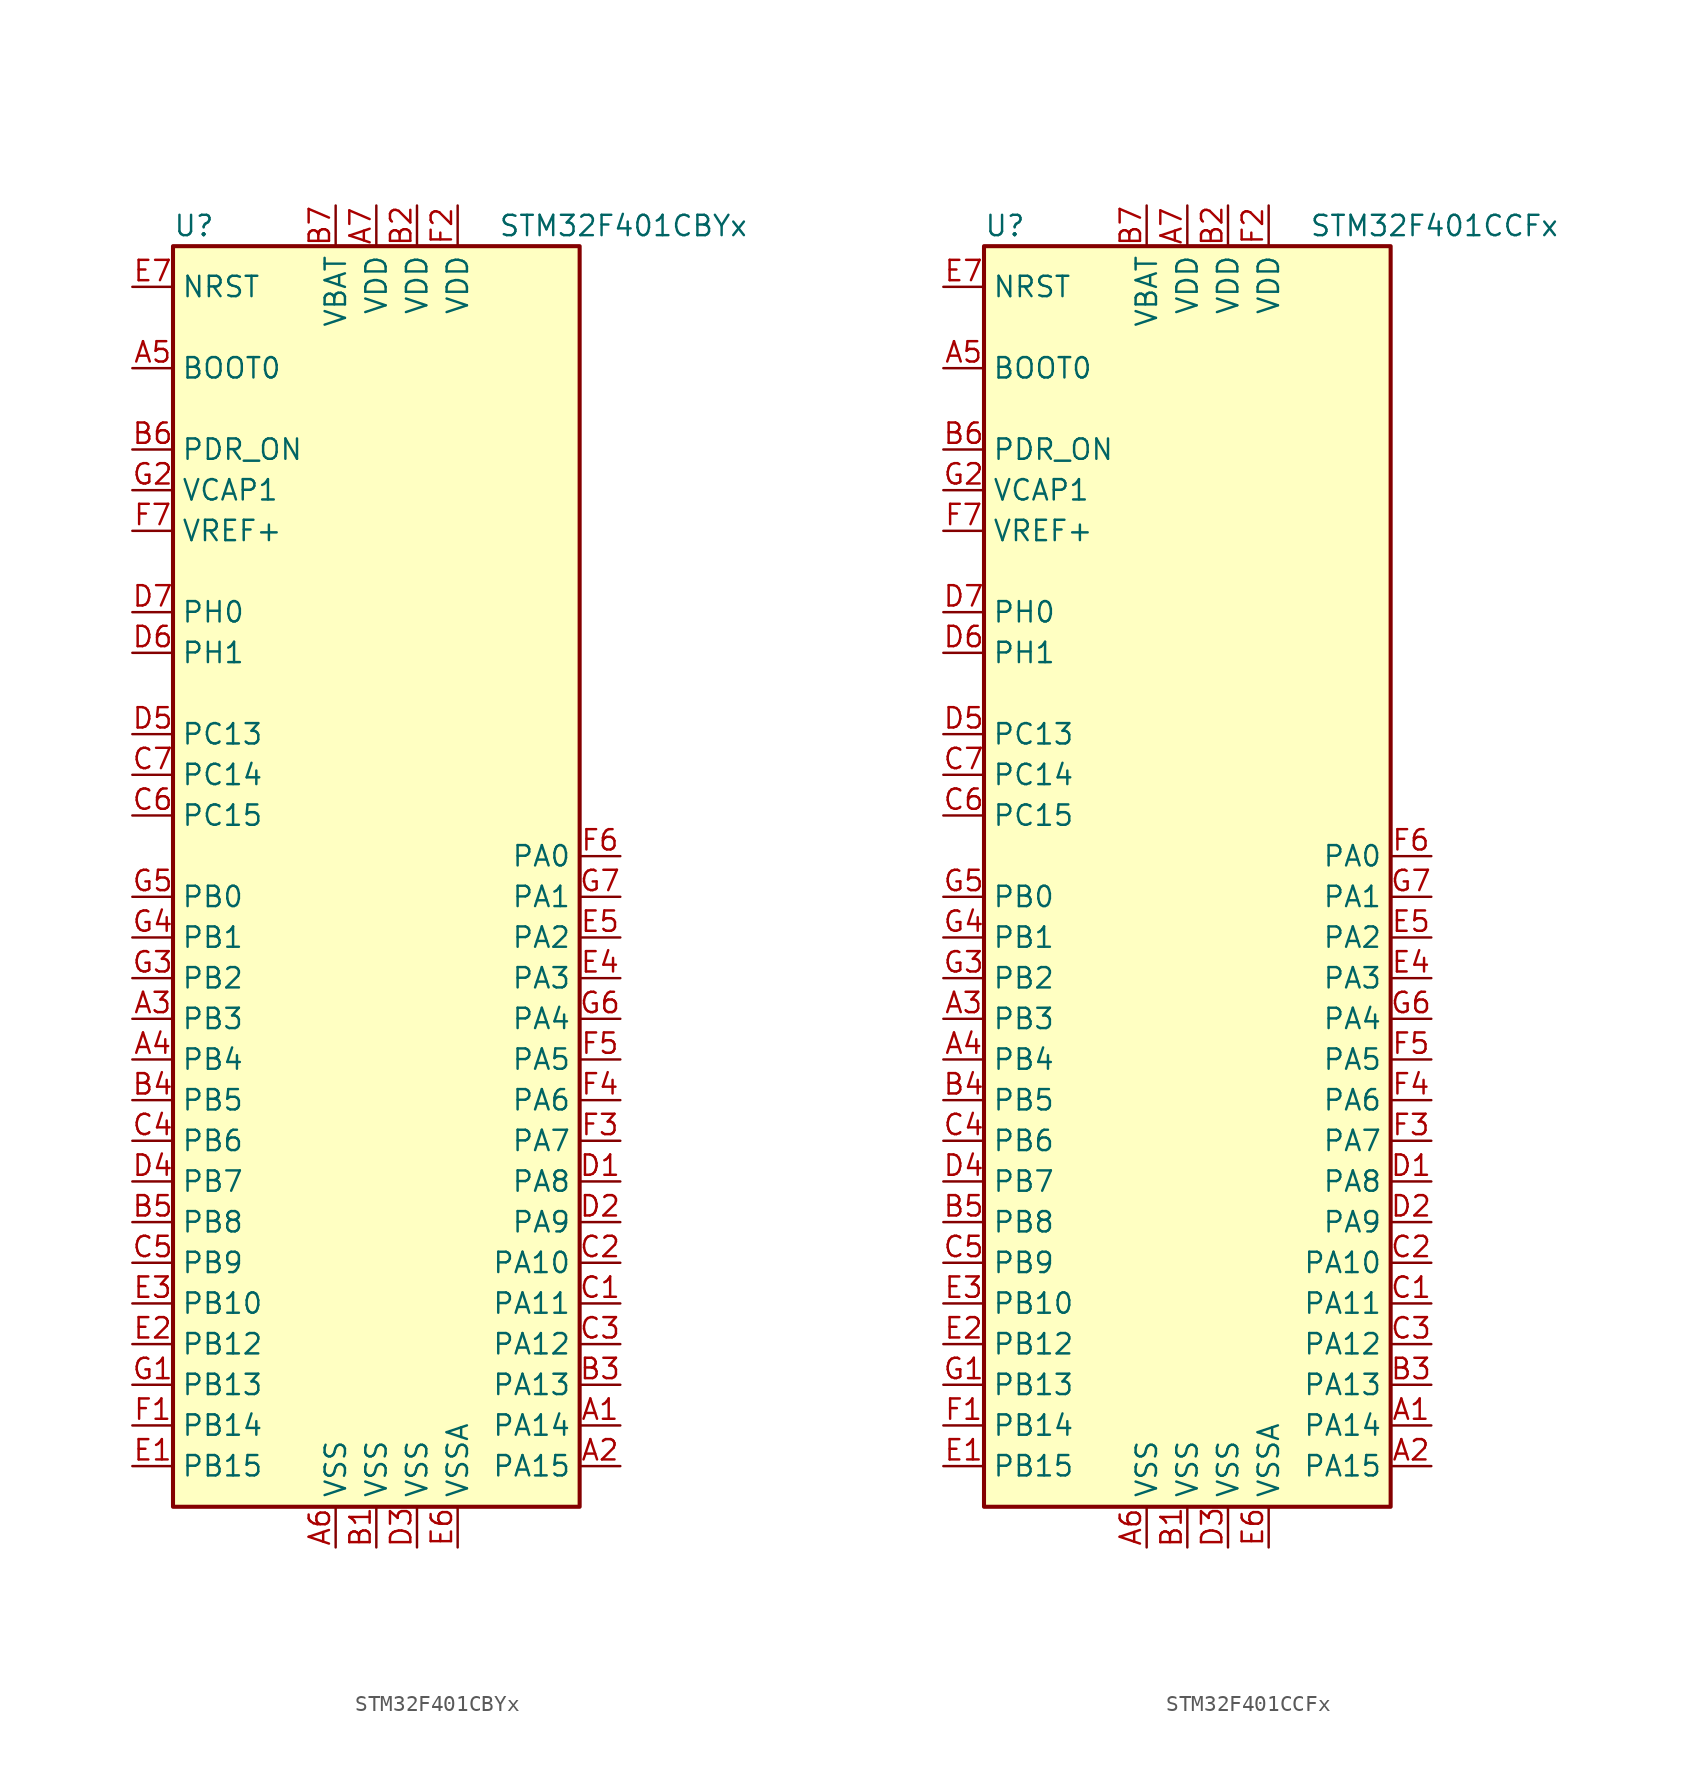
<source format=kicad_sym>
(kicad_symbol_lib
  (version 20201005)
  (generator kicad_symbol_editor)
  (symbol "STM32F401CBYx"
    (property "Reference" "U"
      (at -12.7 39.37 0)
      (effects (font (size 1.27 1.27)) (justify left)))
    (property "Value" "STM32F401CBYx"
      (at 7.62 39.37 0)
      (effects (font (size 1.27 1.27)) (justify left)))
    (symbol "STM32F401CBYx_0_1"
      (rectangle (start -12.7 -40.64) (end 12.7 38.1) (stroke (width 0.254)) (fill (type background))))
    (symbol "STM32F401CBYx_1_1"
      (pin bidirectional line (at 15.24 -35.56 180) (length 2.54) (name "PA14" (effects (font (size 1.27 1.27)))) (number "A1" (effects (font (size 1.27 1.27)))))
      (pin bidirectional line (at 15.24 -38.1 180) (length 2.54) (name "PA15" (effects (font (size 1.27 1.27)))) (number "A2" (effects (font (size 1.27 1.27)))))
      (pin bidirectional line (at -15.24 -10.16 0) (length 2.54) (name "PB3" (effects (font (size 1.27 1.27)))) (number "A3" (effects (font (size 1.27 1.27)))))
      (pin bidirectional line (at -15.24 -12.7 0) (length 2.54) (name "PB4" (effects (font (size 1.27 1.27)))) (number "A4" (effects (font (size 1.27 1.27)))))
      (pin input line (at -15.24 30.48 0) (length 2.54) (name "BOOT0" (effects (font (size 1.27 1.27)))) (number "A5" (effects (font (size 1.27 1.27)))))
      (pin power_in line (at -2.54 -43.18 90) (length 2.54) (name "VSS" (effects (font (size 1.27 1.27)))) (number "A6" (effects (font (size 1.27 1.27)))))
      (pin power_in line (at 0 40.64 270) (length 2.54) (name "VDD" (effects (font (size 1.27 1.27)))) (number "A7" (effects (font (size 1.27 1.27)))))
      (pin power_in line (at 0 -43.18 90) (length 2.54) (name "VSS" (effects (font (size 1.27 1.27)))) (number "B1" (effects (font (size 1.27 1.27)))))
      (pin power_in line (at 2.54 40.64 270) (length 2.54) (name "VDD" (effects (font (size 1.27 1.27)))) (number "B2" (effects (font (size 1.27 1.27)))))
      (pin bidirectional line (at 15.24 -33.02 180) (length 2.54) (name "PA13" (effects (font (size 1.27 1.27)))) (number "B3" (effects (font (size 1.27 1.27)))))
      (pin bidirectional line (at -15.24 -15.24 0) (length 2.54) (name "PB5" (effects (font (size 1.27 1.27)))) (number "B4" (effects (font (size 1.27 1.27)))))
      (pin bidirectional line (at -15.24 -22.86 0) (length 2.54) (name "PB8" (effects (font (size 1.27 1.27)))) (number "B5" (effects (font (size 1.27 1.27)))))
      (pin power_in line (at -15.24 25.4 0) (length 2.54) (name "PDR_ON" (effects (font (size 1.27 1.27)))) (number "B6" (effects (font (size 1.27 1.27)))))
      (pin power_in line (at -2.54 40.64 270) (length 2.54) (name "VBAT" (effects (font (size 1.27 1.27)))) (number "B7" (effects (font (size 1.27 1.27)))))
      (pin bidirectional line (at 15.24 -27.94 180) (length 2.54) (name "PA11" (effects (font (size 1.27 1.27)))) (number "C1" (effects (font (size 1.27 1.27)))))
      (pin bidirectional line (at 15.24 -25.4 180) (length 2.54) (name "PA10" (effects (font (size 1.27 1.27)))) (number "C2" (effects (font (size 1.27 1.27)))))
      (pin bidirectional line (at 15.24 -30.48 180) (length 2.54) (name "PA12" (effects (font (size 1.27 1.27)))) (number "C3" (effects (font (size 1.27 1.27)))))
      (pin bidirectional line (at -15.24 -17.78 0) (length 2.54) (name "PB6" (effects (font (size 1.27 1.27)))) (number "C4" (effects (font (size 1.27 1.27)))))
      (pin bidirectional line (at -15.24 -25.4 0) (length 2.54) (name "PB9" (effects (font (size 1.27 1.27)))) (number "C5" (effects (font (size 1.27 1.27)))))
      (pin bidirectional line (at -15.24 2.54 0) (length 2.54) (name "PC15" (effects (font (size 1.27 1.27)))) (number "C6" (effects (font (size 1.27 1.27)))))
      (pin bidirectional line (at -15.24 5.08 0) (length 2.54) (name "PC14" (effects (font (size 1.27 1.27)))) (number "C7" (effects (font (size 1.27 1.27)))))
      (pin bidirectional line (at 15.24 -20.32 180) (length 2.54) (name "PA8" (effects (font (size 1.27 1.27)))) (number "D1" (effects (font (size 1.27 1.27)))))
      (pin bidirectional line (at 15.24 -22.86 180) (length 2.54) (name "PA9" (effects (font (size 1.27 1.27)))) (number "D2" (effects (font (size 1.27 1.27)))))
      (pin power_in line (at 2.54 -43.18 90) (length 2.54) (name "VSS" (effects (font (size 1.27 1.27)))) (number "D3" (effects (font (size 1.27 1.27)))))
      (pin bidirectional line (at -15.24 -20.32 0) (length 2.54) (name "PB7" (effects (font (size 1.27 1.27)))) (number "D4" (effects (font (size 1.27 1.27)))))
      (pin bidirectional line (at -15.24 7.62 0) (length 2.54) (name "PC13" (effects (font (size 1.27 1.27)))) (number "D5" (effects (font (size 1.27 1.27)))))
      (pin input line (at -15.24 12.7 0) (length 2.54) (name "PH1" (effects (font (size 1.27 1.27)))) (number "D6" (effects (font (size 1.27 1.27)))))
      (pin input line (at -15.24 15.24 0) (length 2.54) (name "PH0" (effects (font (size 1.27 1.27)))) (number "D7" (effects (font (size 1.27 1.27)))))
      (pin bidirectional line (at -15.24 -38.1 0) (length 2.54) (name "PB15" (effects (font (size 1.27 1.27)))) (number "E1" (effects (font (size 1.27 1.27)))))
      (pin bidirectional line (at -15.24 -30.48 0) (length 2.54) (name "PB12" (effects (font (size 1.27 1.27)))) (number "E2" (effects (font (size 1.27 1.27)))))
      (pin bidirectional line (at -15.24 -27.94 0) (length 2.54) (name "PB10" (effects (font (size 1.27 1.27)))) (number "E3" (effects (font (size 1.27 1.27)))))
      (pin bidirectional line (at 15.24 -7.62 180) (length 2.54) (name "PA3" (effects (font (size 1.27 1.27)))) (number "E4" (effects (font (size 1.27 1.27)))))
      (pin bidirectional line (at 15.24 -5.08 180) (length 2.54) (name "PA2" (effects (font (size 1.27 1.27)))) (number "E5" (effects (font (size 1.27 1.27)))))
      (pin power_in line (at 5.08 -43.18 90) (length 2.54) (name "VSSA" (effects (font (size 1.27 1.27)))) (number "E6" (effects (font (size 1.27 1.27)))))
      (pin input line (at -15.24 35.56 0) (length 2.54) (name "NRST" (effects (font (size 1.27 1.27)))) (number "E7" (effects (font (size 1.27 1.27)))))
      (pin bidirectional line (at -15.24 -35.56 0) (length 2.54) (name "PB14" (effects (font (size 1.27 1.27)))) (number "F1" (effects (font (size 1.27 1.27)))))
      (pin power_in line (at 5.08 40.64 270) (length 2.54) (name "VDD" (effects (font (size 1.27 1.27)))) (number "F2" (effects (font (size 1.27 1.27)))))
      (pin bidirectional line (at 15.24 -17.78 180) (length 2.54) (name "PA7" (effects (font (size 1.27 1.27)))) (number "F3" (effects (font (size 1.27 1.27)))))
      (pin bidirectional line (at 15.24 -15.24 180) (length 2.54) (name "PA6" (effects (font (size 1.27 1.27)))) (number "F4" (effects (font (size 1.27 1.27)))))
      (pin bidirectional line (at 15.24 -12.7 180) (length 2.54) (name "PA5" (effects (font (size 1.27 1.27)))) (number "F5" (effects (font (size 1.27 1.27)))))
      (pin bidirectional line (at 15.24 0 180) (length 2.54) (name "PA0" (effects (font (size 1.27 1.27)))) (number "F6" (effects (font (size 1.27 1.27)))))
      (pin power_in line (at -15.24 20.32 0) (length 2.54) (name "VREF+" (effects (font (size 1.27 1.27)))) (number "F7" (effects (font (size 1.27 1.27)))))
      (pin bidirectional line (at -15.24 -33.02 0) (length 2.54) (name "PB13" (effects (font (size 1.27 1.27)))) (number "G1" (effects (font (size 1.27 1.27)))))
      (pin power_in line (at -15.24 22.86 0) (length 2.54) (name "VCAP1" (effects (font (size 1.27 1.27)))) (number "G2" (effects (font (size 1.27 1.27)))))
      (pin bidirectional line (at -15.24 -7.62 0) (length 2.54) (name "PB2" (effects (font (size 1.27 1.27)))) (number "G3" (effects (font (size 1.27 1.27)))))
      (pin bidirectional line (at -15.24 -5.08 0) (length 2.54) (name "PB1" (effects (font (size 1.27 1.27)))) (number "G4" (effects (font (size 1.27 1.27)))))
      (pin bidirectional line (at -15.24 -2.54 0) (length 2.54) (name "PB0" (effects (font (size 1.27 1.27)))) (number "G5" (effects (font (size 1.27 1.27)))))
      (pin bidirectional line (at 15.24 -10.16 180) (length 2.54) (name "PA4" (effects (font (size 1.27 1.27)))) (number "G6" (effects (font (size 1.27 1.27)))))
      (pin bidirectional line (at 15.24 -2.54 180) (length 2.54) (name "PA1" (effects (font (size 1.27 1.27)))) (number "G7" (effects (font (size 1.27 1.27)))))))
  (symbol "STM32F401CCFx"
    (property "Reference" "U"
      (at -12.7 39.37 0)
      (effects (font (size 1.27 1.27)) (justify left)))
    (property "Value" "STM32F401CCFx"
      (at 7.62 39.37 0)
      (effects (font (size 1.27 1.27)) (justify left)))
    (symbol "STM32F401CCFx_0_1"
      (rectangle (start -12.7 -40.64) (end 12.7 38.1) (stroke (width 0.254)) (fill (type background))))
    (symbol "STM32F401CCFx_1_1"
      (pin bidirectional line (at 15.24 -35.56 180) (length 2.54) (name "PA14" (effects (font (size 1.27 1.27)))) (number "A1" (effects (font (size 1.27 1.27)))))
      (pin bidirectional line (at 15.24 -38.1 180) (length 2.54) (name "PA15" (effects (font (size 1.27 1.27)))) (number "A2" (effects (font (size 1.27 1.27)))))
      (pin bidirectional line (at -15.24 -10.16 0) (length 2.54) (name "PB3" (effects (font (size 1.27 1.27)))) (number "A3" (effects (font (size 1.27 1.27)))))
      (pin bidirectional line (at -15.24 -12.7 0) (length 2.54) (name "PB4" (effects (font (size 1.27 1.27)))) (number "A4" (effects (font (size 1.27 1.27)))))
      (pin input line (at -15.24 30.48 0) (length 2.54) (name "BOOT0" (effects (font (size 1.27 1.27)))) (number "A5" (effects (font (size 1.27 1.27)))))
      (pin power_in line (at -2.54 -43.18 90) (length 2.54) (name "VSS" (effects (font (size 1.27 1.27)))) (number "A6" (effects (font (size 1.27 1.27)))))
      (pin power_in line (at 0 40.64 270) (length 2.54) (name "VDD" (effects (font (size 1.27 1.27)))) (number "A7" (effects (font (size 1.27 1.27)))))
      (pin power_in line (at 0 -43.18 90) (length 2.54) (name "VSS" (effects (font (size 1.27 1.27)))) (number "B1" (effects (font (size 1.27 1.27)))))
      (pin power_in line (at 2.54 40.64 270) (length 2.54) (name "VDD" (effects (font (size 1.27 1.27)))) (number "B2" (effects (font (size 1.27 1.27)))))
      (pin bidirectional line (at 15.24 -33.02 180) (length 2.54) (name "PA13" (effects (font (size 1.27 1.27)))) (number "B3" (effects (font (size 1.27 1.27)))))
      (pin bidirectional line (at -15.24 -15.24 0) (length 2.54) (name "PB5" (effects (font (size 1.27 1.27)))) (number "B4" (effects (font (size 1.27 1.27)))))
      (pin bidirectional line (at -15.24 -22.86 0) (length 2.54) (name "PB8" (effects (font (size 1.27 1.27)))) (number "B5" (effects (font (size 1.27 1.27)))))
      (pin power_in line (at -15.24 25.4 0) (length 2.54) (name "PDR_ON" (effects (font (size 1.27 1.27)))) (number "B6" (effects (font (size 1.27 1.27)))))
      (pin power_in line (at -2.54 40.64 270) (length 2.54) (name "VBAT" (effects (font (size 1.27 1.27)))) (number "B7" (effects (font (size 1.27 1.27)))))
      (pin bidirectional line (at 15.24 -27.94 180) (length 2.54) (name "PA11" (effects (font (size 1.27 1.27)))) (number "C1" (effects (font (size 1.27 1.27)))))
      (pin bidirectional line (at 15.24 -25.4 180) (length 2.54) (name "PA10" (effects (font (size 1.27 1.27)))) (number "C2" (effects (font (size 1.27 1.27)))))
      (pin bidirectional line (at 15.24 -30.48 180) (length 2.54) (name "PA12" (effects (font (size 1.27 1.27)))) (number "C3" (effects (font (size 1.27 1.27)))))
      (pin bidirectional line (at -15.24 -17.78 0) (length 2.54) (name "PB6" (effects (font (size 1.27 1.27)))) (number "C4" (effects (font (size 1.27 1.27)))))
      (pin bidirectional line (at -15.24 -25.4 0) (length 2.54) (name "PB9" (effects (font (size 1.27 1.27)))) (number "C5" (effects (font (size 1.27 1.27)))))
      (pin bidirectional line (at -15.24 2.54 0) (length 2.54) (name "PC15" (effects (font (size 1.27 1.27)))) (number "C6" (effects (font (size 1.27 1.27)))))
      (pin bidirectional line (at -15.24 5.08 0) (length 2.54) (name "PC14" (effects (font (size 1.27 1.27)))) (number "C7" (effects (font (size 1.27 1.27)))))
      (pin bidirectional line (at 15.24 -20.32 180) (length 2.54) (name "PA8" (effects (font (size 1.27 1.27)))) (number "D1" (effects (font (size 1.27 1.27)))))
      (pin bidirectional line (at 15.24 -22.86 180) (length 2.54) (name "PA9" (effects (font (size 1.27 1.27)))) (number "D2" (effects (font (size 1.27 1.27)))))
      (pin power_in line (at 2.54 -43.18 90) (length 2.54) (name "VSS" (effects (font (size 1.27 1.27)))) (number "D3" (effects (font (size 1.27 1.27)))))
      (pin bidirectional line (at -15.24 -20.32 0) (length 2.54) (name "PB7" (effects (font (size 1.27 1.27)))) (number "D4" (effects (font (size 1.27 1.27)))))
      (pin bidirectional line (at -15.24 7.62 0) (length 2.54) (name "PC13" (effects (font (size 1.27 1.27)))) (number "D5" (effects (font (size 1.27 1.27)))))
      (pin input line (at -15.24 12.7 0) (length 2.54) (name "PH1" (effects (font (size 1.27 1.27)))) (number "D6" (effects (font (size 1.27 1.27)))))
      (pin input line (at -15.24 15.24 0) (length 2.54) (name "PH0" (effects (font (size 1.27 1.27)))) (number "D7" (effects (font (size 1.27 1.27)))))
      (pin bidirectional line (at -15.24 -38.1 0) (length 2.54) (name "PB15" (effects (font (size 1.27 1.27)))) (number "E1" (effects (font (size 1.27 1.27)))))
      (pin bidirectional line (at -15.24 -30.48 0) (length 2.54) (name "PB12" (effects (font (size 1.27 1.27)))) (number "E2" (effects (font (size 1.27 1.27)))))
      (pin bidirectional line (at -15.24 -27.94 0) (length 2.54) (name "PB10" (effects (font (size 1.27 1.27)))) (number "E3" (effects (font (size 1.27 1.27)))))
      (pin bidirectional line (at 15.24 -7.62 180) (length 2.54) (name "PA3" (effects (font (size 1.27 1.27)))) (number "E4" (effects (font (size 1.27 1.27)))))
      (pin bidirectional line (at 15.24 -5.08 180) (length 2.54) (name "PA2" (effects (font (size 1.27 1.27)))) (number "E5" (effects (font (size 1.27 1.27)))))
      (pin power_in line (at 5.08 -43.18 90) (length 2.54) (name "VSSA" (effects (font (size 1.27 1.27)))) (number "E6" (effects (font (size 1.27 1.27)))))
      (pin input line (at -15.24 35.56 0) (length 2.54) (name "NRST" (effects (font (size 1.27 1.27)))) (number "E7" (effects (font (size 1.27 1.27)))))
      (pin bidirectional line (at -15.24 -35.56 0) (length 2.54) (name "PB14" (effects (font (size 1.27 1.27)))) (number "F1" (effects (font (size 1.27 1.27)))))
      (pin power_in line (at 5.08 40.64 270) (length 2.54) (name "VDD" (effects (font (size 1.27 1.27)))) (number "F2" (effects (font (size 1.27 1.27)))))
      (pin bidirectional line (at 15.24 -17.78 180) (length 2.54) (name "PA7" (effects (font (size 1.27 1.27)))) (number "F3" (effects (font (size 1.27 1.27)))))
      (pin bidirectional line (at 15.24 -15.24 180) (length 2.54) (name "PA6" (effects (font (size 1.27 1.27)))) (number "F4" (effects (font (size 1.27 1.27)))))
      (pin bidirectional line (at 15.24 -12.7 180) (length 2.54) (name "PA5" (effects (font (size 1.27 1.27)))) (number "F5" (effects (font (size 1.27 1.27)))))
      (pin bidirectional line (at 15.24 0 180) (length 2.54) (name "PA0" (effects (font (size 1.27 1.27)))) (number "F6" (effects (font (size 1.27 1.27)))))
      (pin power_in line (at -15.24 20.32 0) (length 2.54) (name "VREF+" (effects (font (size 1.27 1.27)))) (number "F7" (effects (font (size 1.27 1.27)))))
      (pin bidirectional line (at -15.24 -33.02 0) (length 2.54) (name "PB13" (effects (font (size 1.27 1.27)))) (number "G1" (effects (font (size 1.27 1.27)))))
      (pin power_in line (at -15.24 22.86 0) (length 2.54) (name "VCAP1" (effects (font (size 1.27 1.27)))) (number "G2" (effects (font (size 1.27 1.27)))))
      (pin bidirectional line (at -15.24 -7.62 0) (length 2.54) (name "PB2" (effects (font (size 1.27 1.27)))) (number "G3" (effects (font (size 1.27 1.27)))))
      (pin bidirectional line (at -15.24 -5.08 0) (length 2.54) (name "PB1" (effects (font (size 1.27 1.27)))) (number "G4" (effects (font (size 1.27 1.27)))))
      (pin bidirectional line (at -15.24 -2.54 0) (length 2.54) (name "PB0" (effects (font (size 1.27 1.27)))) (number "G5" (effects (font (size 1.27 1.27)))))
      (pin bidirectional line (at 15.24 -10.16 180) (length 2.54) (name "PA4" (effects (font (size 1.27 1.27)))) (number "G6" (effects (font (size 1.27 1.27)))))
      (pin bidirectional line (at 15.24 -2.54 180) (length 2.54) (name "PA1" (effects (font (size 1.27 1.27)))) (number "G7" (effects (font (size 1.27 1.27))))))))
</source>
